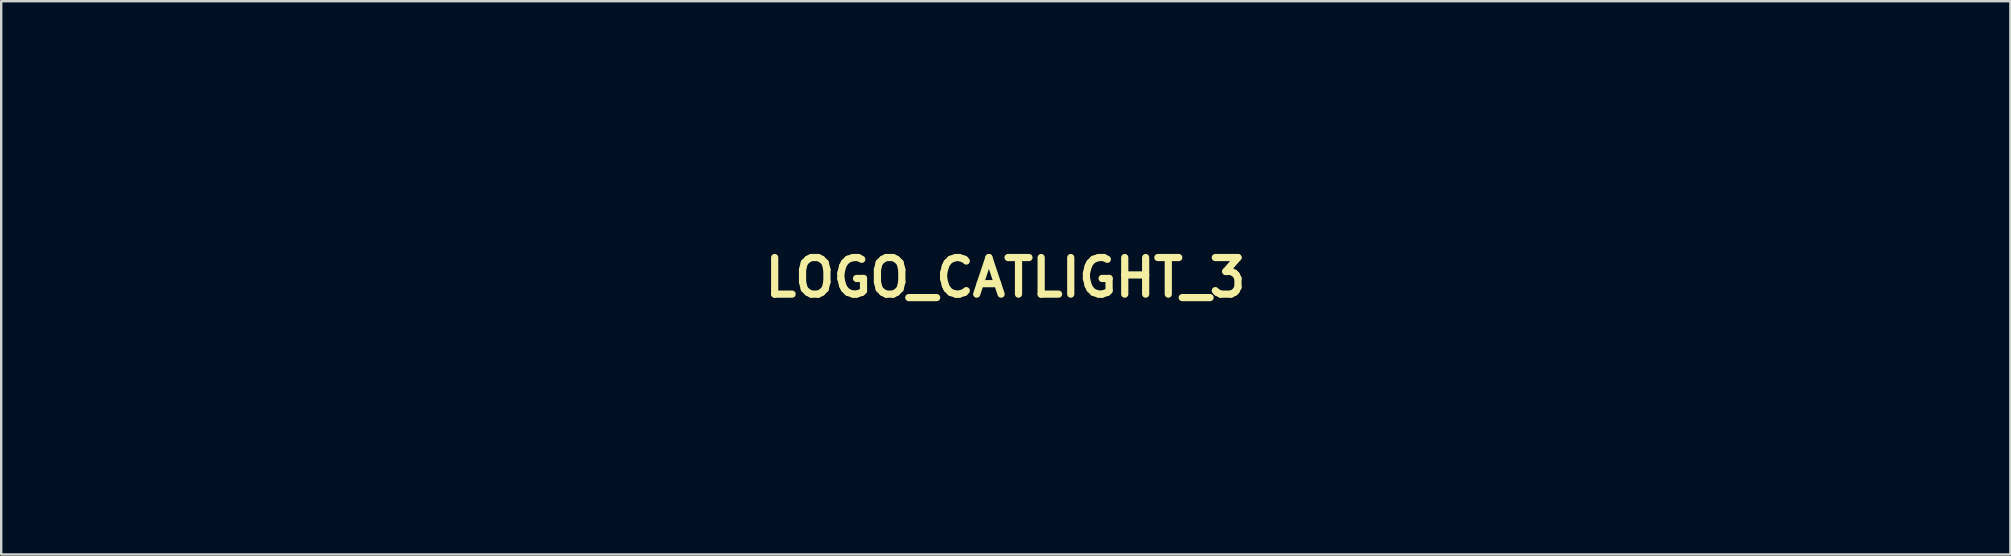
<source format=kicad_pcb>
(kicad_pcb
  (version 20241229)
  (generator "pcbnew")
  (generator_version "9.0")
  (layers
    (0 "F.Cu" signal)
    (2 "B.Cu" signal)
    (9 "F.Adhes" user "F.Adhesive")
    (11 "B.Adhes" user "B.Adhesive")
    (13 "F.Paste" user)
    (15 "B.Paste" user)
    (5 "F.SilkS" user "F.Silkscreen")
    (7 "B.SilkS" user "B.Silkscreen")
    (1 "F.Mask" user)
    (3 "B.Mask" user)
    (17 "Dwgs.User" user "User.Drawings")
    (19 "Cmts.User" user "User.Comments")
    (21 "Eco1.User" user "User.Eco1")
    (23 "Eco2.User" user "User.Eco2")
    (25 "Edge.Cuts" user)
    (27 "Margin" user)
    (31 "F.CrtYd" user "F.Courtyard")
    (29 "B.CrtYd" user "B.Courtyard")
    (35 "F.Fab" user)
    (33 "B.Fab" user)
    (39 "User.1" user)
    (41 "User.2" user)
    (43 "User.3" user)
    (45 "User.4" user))
  (footprint "LOGO_CATLIGHT_3"
    (layer "F.Cu")
    (at 38.845 8.516)
    (property "Reference" "LOGO_CATLIGHT_3" (at 0 0 0) (layer "F.SilkS") (effects (font (size 1.524 1.524) (thickness 0.3))))
    (attr board_only exclude_from_pos_files exclude_from_bom)
    (fp_poly (pts (xy 14.567 -0.741) (xy 14.653 -0.74) (xy 14.709 -0.737) (xy 14.743 -0.73) (xy 14.761 -0.72) (xy 14.77 -0.705) (xy 14.773 -0.694) (xy 14.776 -0.661) (xy 14.779 -0.592) (xy 14.782 -0.492) (xy 14.784 -0.366) (xy 14.785 -0.22) (xy 14.786 -0.059) (xy 14.786 0.011) (xy 14.786 0.175) (xy 14.785 0.328) (xy 14.783 0.463) (xy 14.78 0.575) (xy 14.778 0.658) (xy 14.775 0.706) (xy 14.773 0.715) (xy 14.767 0.733) (xy 14.755 0.746) (xy 14.73 0.755) (xy 14.687 0.76) (xy 14.618 0.762) (xy 14.516 0.763) (xy 14.445 0.763) (xy 14.13 0.763) (xy 14.13 -0.741) (xy 14.445 -0.741)) (stroke (width 0) (type solid)) (fill yes) (layer "F.Mask"))
    (fp_poly (pts (xy 15.293 -1.229) (xy 15.396 -1.227) (xy 15.491 -1.223) (xy 15.567 -1.216) (xy 15.617 -1.209) (xy 15.63 -1.203) (xy 15.636 -1.187) (xy 15.64 -1.148) (xy 15.645 -1.085) (xy 15.648 -0.994) (xy 15.651 -0.874) (xy 15.653 -0.722) (xy 15.654 -0.536) (xy 15.655 -0.312) (xy 15.655 -0.05) (xy 15.655 0.023) (xy 15.655 0.281) (xy 15.655 0.499) (xy 15.654 0.682) (xy 15.653 0.832) (xy 15.651 0.952) (xy 15.649 1.046) (xy 15.646 1.117) (xy 15.643 1.168) (xy 15.638 1.203) (xy 15.633 1.224) (xy 15.626 1.234) (xy 15.622 1.237) (xy 15.588 1.242) (xy 15.523 1.246) (xy 15.436 1.248) (xy 15.337 1.25) (xy 15.234 1.249) (xy 15.136 1.248) (xy 15.054 1.245) (xy 14.995 1.241) (xy 14.97 1.236) (xy 14.968 1.213) (xy 14.965 1.151) (xy 14.963 1.054) (xy 14.961 0.927) (xy 14.959 0.772) (xy 14.958 0.594) (xy 14.957 0.397) (xy 14.956 0.184) (xy 14.956 0.009) (xy 14.956 -0.25) (xy 14.957 -0.47) (xy 14.957 -0.653) (xy 14.958 -0.804) (xy 14.96 -0.926) (xy 14.962 -1.021) (xy 14.965 -1.093) (xy 14.969 -1.145) (xy 14.973 -1.18) (xy 14.978 -1.202) (xy 14.985 -1.213) (xy 14.99 -1.216) (xy 15.03 -1.223) (xy 15.101 -1.228) (xy 15.192 -1.23)) (stroke (width 0) (type solid)) (fill yes) (layer "F.Mask"))
    (fp_poly (pts (xy 22.27 -4.466) (xy 22.484 -4.465) (xy 22.52 -4.465) (xy 23.356 -4.459) (xy 23.377 -0.731) (xy 25.84 -0.725) (xy 28.302 -0.72) (xy 28.302 -1.004) (xy 28.303 -1.128) (xy 28.307 -1.216) (xy 28.314 -1.273) (xy 28.325 -1.304) (xy 28.331 -1.311) (xy 28.354 -1.318) (xy 28.405 -1.323) (xy 28.488 -1.327) (xy 28.604 -1.329) (xy 28.755 -1.331) (xy 28.945 -1.331) (xy 29.174 -1.33) (xy 29.194 -1.33) (xy 30.029 -1.324) (xy 30.029 1.43) (xy 29.194 1.435) (xy 28.958 1.437) (xy 28.763 1.436) (xy 28.606 1.435) (xy 28.486 1.432) (xy 28.401 1.429) (xy 28.35 1.423) (xy 28.332 1.418) (xy 28.317 1.388) (xy 28.307 1.325) (xy 28.3 1.224) (xy 28.298 1.158) (xy 28.292 0.922) (xy 23.377 0.922) (xy 23.356 4.756) (xy 22.516 4.761) (xy 22.304 4.763) (xy 22.13 4.763) (xy 21.991 4.763) (xy 21.882 4.762) (xy 21.801 4.76) (xy 21.743 4.757) (xy 21.703 4.752) (xy 21.68 4.747) (xy 21.667 4.739) (xy 21.663 4.733) (xy 21.662 4.708) (xy 21.66 4.643) (xy 21.659 4.541) (xy 21.658 4.403) (xy 21.657 4.233) (xy 21.656 4.032) (xy 21.655 3.803) (xy 21.654 3.548) (xy 21.653 3.27) (xy 21.652 2.971) (xy 21.652 2.653) (xy 21.651 2.319) (xy 21.651 1.971) (xy 21.651 1.611) (xy 21.651 1.242) (xy 21.651 0.867) (xy 21.651 0.487) (xy 21.651 0.104) (xy 21.651 -0.278) (xy 21.652 -0.657) (xy 21.652 -1.031) (xy 21.653 -1.398) (xy 21.653 -1.756) (xy 21.654 -2.101) (xy 21.655 -2.432) (xy 21.655 -2.746) (xy 21.656 -3.041) (xy 21.657 -3.314) (xy 21.658 -3.564) (xy 21.66 -3.787) (xy 21.661 -3.982) (xy 21.662 -4.145) (xy 21.664 -4.276) (xy 21.665 -4.371) (xy 21.667 -4.427) (xy 21.668 -4.444) (xy 21.681 -4.451) (xy 21.713 -4.456) (xy 21.767 -4.46) (xy 21.847 -4.464) (xy 21.955 -4.465) (xy 22.095 -4.466)) (stroke (width 0) (type solid)) (fill yes) (layer "F.Mask"))
    (fp_poly (pts (xy 4.212 -0.763) (xy 4.383 -0.762) (xy 4.545 -0.76) (xy 4.693 -0.758) (xy 4.821 -0.755) (xy 4.924 -0.751) (xy 4.998 -0.747) (xy 5.037 -0.742) (xy 5.042 -0.739) (xy 5.03 -0.711) (xy 5 -0.66) (xy 4.957 -0.595) (xy 4.951 -0.586) (xy 4.919 -0.54) (xy 4.866 -0.465) (xy 4.795 -0.363) (xy 4.709 -0.24) (xy 4.61 -0.1) (xy 4.503 0.053) (xy 4.39 0.214) (xy 4.332 0.297) (xy 4.216 0.462) (xy 4.104 0.622) (xy 3.997 0.773) (xy 3.9 0.909) (xy 3.816 1.027) (xy 3.748 1.121) (xy 3.7 1.188) (xy 3.685 1.208) (xy 3.638 1.27) (xy 3.572 1.361) (xy 3.492 1.472) (xy 3.403 1.596) (xy 3.31 1.726) (xy 3.254 1.806) (xy 3.168 1.925) (xy 3.091 2.033) (xy 3.024 2.123) (xy 2.972 2.191) (xy 2.938 2.234) (xy 2.925 2.246) (xy 2.906 2.228) (xy 2.885 2.187) (xy 2.873 2.154) (xy 2.85 2.085) (xy 2.818 1.986) (xy 2.777 1.862) (xy 2.731 1.719) (xy 2.679 1.56) (xy 2.638 1.43) (xy 2.582 1.257) (xy 2.528 1.091) (xy 2.478 0.935) (xy 2.434 0.798) (xy 2.397 0.685) (xy 2.37 0.601) (xy 2.359 0.566) (xy 2.335 0.485) (xy 2.32 0.418) (xy 2.316 0.376) (xy 2.317 0.37) (xy 2.326 0.36) (xy 2.349 0.353) (xy 2.39 0.347) (xy 2.454 0.343) (xy 2.545 0.341) (xy 2.669 0.339) (xy 2.829 0.339) (xy 2.87 0.339) (xy 3.036 0.339) (xy 3.164 0.338) (xy 3.259 0.336) (xy 3.326 0.333) (xy 3.371 0.329) (xy 3.396 0.322) (xy 3.408 0.314) (xy 3.411 0.303) (xy 3.404 0.273) (xy 3.387 0.209) (xy 3.359 0.117) (xy 3.324 0.003) (xy 3.283 -0.128) (xy 3.251 -0.227) (xy 3.207 -0.365) (xy 3.169 -0.489) (xy 3.138 -0.595) (xy 3.116 -0.676) (xy 3.105 -0.727) (xy 3.104 -0.742) (xy 3.127 -0.747) (xy 3.188 -0.752) (xy 3.28 -0.755) (xy 3.399 -0.759) (xy 3.539 -0.761) (xy 3.695 -0.762) (xy 3.863 -0.763) (xy 4.037 -0.764)) (stroke (width 0) (type solid)) (fill yes) (layer "F.Mask"))
    (fp_poly (pts (xy 17.163 -4.491) (xy 17.428 -4.49) (xy 17.659 -4.49) (xy 17.857 -4.489) (xy 18.025 -4.488) (xy 18.166 -4.487) (xy 18.281 -4.485) (xy 18.373 -4.483) (xy 18.445 -4.48) (xy 18.499 -4.477) (xy 18.538 -4.474) (xy 18.564 -4.469) (xy 18.579 -4.465) (xy 18.586 -4.459) (xy 18.587 -4.458) (xy 18.59 -4.429) (xy 18.593 -4.364) (xy 18.595 -4.266) (xy 18.597 -4.14) (xy 18.599 -3.992) (xy 18.6 -3.827) (xy 18.6 -3.653) (xy 18.6 -3.452) (xy 18.599 -3.289) (xy 18.598 -3.16) (xy 18.597 -3.061) (xy 18.594 -2.988) (xy 18.59 -2.936) (xy 18.585 -2.902) (xy 18.578 -2.88) (xy 18.57 -2.868) (xy 18.559 -2.861) (xy 18.559 -2.861) (xy 18.53 -2.856) (xy 18.459 -2.853) (xy 18.348 -2.849) (xy 18.194 -2.846) (xy 17.999 -2.844) (xy 17.762 -2.842) (xy 17.483 -2.84) (xy 17.162 -2.839) (xy 16.799 -2.839) (xy 16.467 -2.839) (xy 16.107 -2.839) (xy 15.788 -2.838) (xy 15.504 -2.838) (xy 15.255 -2.837) (xy 15.037 -2.835) (xy 14.848 -2.833) (xy 14.684 -2.831) (xy 14.543 -2.827) (xy 14.422 -2.823) (xy 14.318 -2.817) (xy 14.228 -2.81) (xy 14.151 -2.803) (xy 14.082 -2.793) (xy 14.019 -2.783) (xy 13.959 -2.771) (xy 13.9 -2.757) (xy 13.838 -2.741) (xy 13.835 -2.74) (xy 13.557 -2.653) (xy 13.308 -2.542) (xy 13.088 -2.405) (xy 12.895 -2.24) (xy 12.727 -2.047) (xy 12.584 -1.823) (xy 12.464 -1.567) (xy 12.365 -1.277) (xy 12.287 -0.952) (xy 12.251 -0.752) (xy 12.238 -0.638) (xy 12.227 -0.49) (xy 12.219 -0.315) (xy 12.213 -0.122) (xy 12.211 0.082) (xy 12.211 0.289) (xy 12.214 0.491) (xy 12.22 0.68) (xy 12.229 0.849) (xy 12.24 0.988) (xy 12.251 1.07) (xy 12.318 1.417) (xy 12.404 1.726) (xy 12.51 2.001) (xy 12.638 2.242) (xy 12.789 2.451) (xy 12.965 2.631) (xy 13.167 2.783) (xy 13.398 2.908) (xy 13.658 3.009) (xy 13.949 3.088) (xy 14.037 3.106) (xy 14.085 3.115) (xy 14.138 3.122) (xy 14.2 3.128) (xy 14.276 3.133) (xy 14.369 3.137) (xy 14.483 3.14) (xy 14.622 3.143) (xy 14.79 3.146) (xy 14.99 3.148) (xy 15.227 3.15) (xy 15.367 3.151) (xy 15.622 3.153) (xy 15.839 3.154) (xy 16.022 3.154) (xy 16.173 3.154) (xy 16.297 3.152) (xy 16.398 3.15) (xy 16.48 3.147) (xy 16.546 3.143) (xy 16.6 3.137) (xy 16.646 3.131) (xy 16.678 3.125) (xy 16.889 3.066) (xy 17.069 2.98) (xy 17.22 2.864) (xy 17.344 2.718) (xy 17.444 2.538) (xy 17.521 2.324) (xy 17.522 2.319) (xy 17.543 2.235) (xy 17.557 2.154) (xy 17.565 2.064) (xy 17.569 1.951) (xy 17.569 1.864) (xy 17.565 1.696) (xy 17.552 1.559) (xy 17.528 1.44) (xy 17.49 1.328) (xy 17.44 1.22) (xy 17.371 1.11) (xy 17.279 1.004) (xy 17.173 0.909) (xy 17.061 0.831) (xy 16.952 0.779) (xy 16.873 0.759) (xy 16.81 0.752) (xy 16.799 1.313) (xy 16.789 1.875) (xy 16.32 1.881) (xy 15.851 1.886) (xy 15.838 1.838) (xy 15.836 1.808) (xy 15.833 1.74) (xy 15.832 1.637) (xy 15.83 1.504) (xy 15.828 1.345) (xy 15.827 1.162) (xy 15.826 0.961) (xy 15.826 0.744) (xy 15.826 0.515) (xy 15.825 0.279) (xy 15.826 0.039) (xy 15.826 -0.201) (xy 15.827 -0.437) (xy 15.827 -0.666) (xy 15.828 -0.884) (xy 15.83 -1.086) (xy 15.831 -1.27) (xy 15.833 -1.431) (xy 15.835 -1.566) (xy 15.837 -1.67) (xy 15.839 -1.741) (xy 15.842 -1.773) (xy 15.842 -1.775) (xy 15.858 -1.784) (xy 15.895 -1.79) (xy 15.957 -1.795) (xy 16.05 -1.797) (xy 16.176 -1.797) (xy 16.324 -1.796) (xy 16.789 -1.79) (xy 16.794 -1.269) (xy 16.8 -0.748) (xy 17.062 -0.713) (xy 17.379 -0.656) (xy 17.664 -0.572) (xy 17.92 -0.461) (xy 18.149 -0.321) (xy 18.354 -0.149) (xy 18.539 0.054) (xy 18.654 0.213) (xy 18.788 0.45) (xy 18.897 0.715) (xy 18.982 1.004) (xy 19.041 1.31) (xy 19.076 1.628) (xy 19.085 1.953) (xy 19.069 2.277) (xy 19.027 2.597) (xy 18.96 2.906) (xy 18.867 3.199) (xy 18.748 3.47) (xy 18.727 3.51) (xy 18.568 3.762) (xy 18.376 3.993) (xy 18.153 4.2) (xy 17.906 4.38) (xy 17.638 4.53) (xy 17.354 4.645) (xy 17.138 4.705) (xy 17.054 4.724) (xy 16.977 4.74) (xy 16.904 4.754) (xy 16.828 4.765) (xy 16.748 4.774) (xy 16.656 4.781) (xy 16.551 4.786) (xy 16.426 4.79) (xy 16.278 4.793) (xy 16.102 4.795) (xy 15.894 4.797) (xy 15.649 4.798) (xy 15.56 4.798) (xy 15.342 4.799) (xy 15.135 4.8) (xy 14.943 4.8) (xy 14.769 4.8) (xy 14.619 4.799) (xy 14.497 4.798) (xy 14.406 4.797) (xy 14.352 4.796) (xy 14.342 4.796) (xy 13.913 4.749) (xy 13.518 4.679) (xy 13.152 4.584) (xy 12.812 4.463) (xy 12.497 4.316) (xy 12.202 4.14) (xy 11.924 3.935) (xy 11.884 3.902) (xy 11.638 3.672) (xy 11.418 3.413) (xy 11.223 3.125) (xy 11.052 2.807) (xy 10.906 2.458) (xy 10.784 2.076) (xy 10.685 1.661) (xy 10.608 1.21) (xy 10.599 1.143) (xy 10.585 1.005) (xy 10.574 0.833) (xy 10.566 0.635) (xy 10.561 0.419) (xy 10.559 0.194) (xy 10.56 -0.033) (xy 10.564 -0.252) (xy 10.571 -0.457) (xy 10.581 -0.638) (xy 10.594 -0.788) (xy 10.599 -0.826) (xy 10.668 -1.265) (xy 10.758 -1.669) (xy 10.869 -2.04) (xy 11.002 -2.38) (xy 11.159 -2.692) (xy 11.34 -2.978) (xy 11.547 -3.24) (xy 11.762 -3.464) (xy 12.047 -3.706) (xy 12.36 -3.916) (xy 12.699 -4.093) (xy 13.065 -4.239) (xy 13.456 -4.351) (xy 13.873 -4.431) (xy 14.215 -4.47) (xy 14.271 -4.473) (xy 14.366 -4.476) (xy 14.497 -4.478) (xy 14.66 -4.481) (xy 14.852 -4.483) (xy 15.07 -4.485) (xy 15.31 -4.487) (xy 15.569 -4.488) (xy 15.844 -4.49) (xy 16.131 -4.49) (xy 16.426 -4.491) (xy 16.516 -4.491) (xy 16.859 -4.491)) (stroke (width 0) (type solid)) (fill yes) (layer "F.Mask"))
    (fp_poly (pts (xy 38.873 -5.508) (xy 34.34 -5.508) (xy 34.34 -4.037) (xy 34.34 -3.791) (xy 34.339 -3.556) (xy 34.338 -3.337) (xy 34.337 -3.138) (xy 34.336 -2.96) (xy 34.334 -2.809) (xy 34.332 -2.687) (xy 34.33 -2.598) (xy 34.328 -2.546) (xy 34.327 -2.533) (xy 34.322 -2.528) (xy 34.31 -2.523) (xy 34.287 -2.519) (xy 34.253 -2.515) (xy 34.205 -2.512) (xy 34.139 -2.509) (xy 34.054 -2.507) (xy 33.948 -2.505) (xy 33.817 -2.503) (xy 33.66 -2.502) (xy 33.473 -2.501) (xy 33.256 -2.501) (xy 33.004 -2.5) (xy 32.717 -2.5) (xy 32.391 -2.5) (xy 32.188 -2.5) (xy 30.061 -2.5) (xy 30.05 -2.452) (xy 30.045 -2.411) (xy 30.04 -2.339) (xy 30.036 -2.249) (xy 30.034 -2.193) (xy 30.029 -1.981) (xy 29.183 -1.975) (xy 28.961 -1.974) (xy 28.779 -1.974) (xy 28.632 -1.974) (xy 28.518 -1.976) (xy 28.433 -1.979) (xy 28.374 -1.983) (xy 28.338 -1.988) (xy 28.321 -1.995) (xy 28.32 -1.996) (xy 28.317 -2.022) (xy 28.314 -2.086) (xy 28.311 -2.185) (xy 28.309 -2.314) (xy 28.306 -2.47) (xy 28.305 -2.65) (xy 28.304 -2.848) (xy 28.303 -3.061) (xy 28.303 -3.223) (xy 28.303 -3.485) (xy 28.303 -3.709) (xy 28.304 -3.896) (xy 28.305 -4.05) (xy 28.307 -4.173) (xy 28.31 -4.269) (xy 28.313 -4.341) (xy 28.317 -4.392) (xy 28.322 -4.425) (xy 28.328 -4.442) (xy 28.331 -4.446) (xy 28.354 -4.453) (xy 28.405 -4.458) (xy 28.488 -4.462) (xy 28.604 -4.465) (xy 28.755 -4.466) (xy 28.945 -4.466) (xy 29.174 -4.465) (xy 29.194 -4.465) (xy 30.029 -4.459) (xy 30.035 -4.16) (xy 30.039 -4.028) (xy 30.044 -3.934) (xy 30.053 -3.873) (xy 30.065 -3.841) (xy 30.069 -3.836) (xy 30.091 -3.83) (xy 30.145 -3.825) (xy 30.23 -3.822) (xy 30.35 -3.819) (xy 30.506 -3.818) (xy 30.699 -3.817) (xy 30.932 -3.817) (xy 31.101 -3.818) (xy 32.105 -3.824) (xy 32.11 -4.666) (xy 32.116 -5.508) (xy 6.885 -5.508) (xy 6.89 -3.935) (xy 6.895 -2.362) (xy 8.463 -2.341) (xy 8.463 -1.133) (xy 7.443 -1.123) (xy 7.239 -1.12) (xy 7.048 -1.118) (xy 6.874 -1.115) (xy 6.722 -1.112) (xy 6.596 -1.109) (xy 6.499 -1.106) (xy 6.435 -1.103) (xy 6.41 -1.1) (xy 6.41 -1.1) (xy 6.413 -1.091) (xy 6.426 -1.067) (xy 6.451 -1.026) (xy 6.488 -0.968) (xy 6.538 -0.891) (xy 6.602 -0.793) (xy 6.68 -0.674) (xy 6.775 -0.532) (xy 6.885 -0.365) (xy 7.014 -0.174) (xy 7.16 0.045) (xy 7.326 0.292) (xy 7.511 0.568) (xy 7.718 0.876) (xy 7.946 1.215) (xy 8.197 1.587) (xy 8.276 1.705) (xy 8.366 1.84) (xy 8.448 1.964) (xy 8.519 2.073) (xy 8.576 2.163) (xy 8.617 2.229) (xy 8.637 2.267) (xy 8.639 2.272) (xy 8.639 2.281) (xy 8.631 2.288) (xy 8.612 2.294) (xy 8.579 2.299) (xy 8.528 2.303) (xy 8.454 2.306) (xy 8.355 2.309) (xy 8.227 2.31) (xy 8.066 2.312) (xy 7.867 2.313) (xy 7.75 2.314) (xy 6.853 2.32) (xy 6.853 5.985) (xy 7.965 6) (xy 8.055 6.001) (xy 8.185 6.002) (xy 8.355 6.003) (xy 8.563 6.004) (xy 8.808 6.004) (xy 9.089 6.005) (xy 9.403 6.006) (xy 9.751 6.007) (xy 10.13 6.007) (xy 10.538 6.008) (xy 10.976 6.008) (xy 11.44 6.009) (xy 11.931 6.009) (xy 12.446 6.01) (xy 12.984 6.01) (xy 13.543 6.01) (xy 14.124 6.011) (xy 14.723 6.011) (xy 15.339 6.011) (xy 15.972 6.011) (xy 16.62 6.011) (xy 17.281 6.011) (xy 17.955 6.011) (xy 18.639 6.011) (xy 19.332 6.011) (xy 20.034 6.011) (xy 20.623 6.011) (xy 32.168 6.006) (xy 32.168 3.951) (xy 31.133 3.945) (xy 30.87 3.944) (xy 30.649 3.944) (xy 30.466 3.945) (xy 30.319 3.947) (xy 30.208 3.95) (xy 30.131 3.954) (xy 30.084 3.959) (xy 30.069 3.963) (xy 30.058 3.984) (xy 30.049 4.027) (xy 30.043 4.098) (xy 30.038 4.201) (xy 30.035 4.341) (xy 30.035 4.371) (xy 30.029 4.756) (xy 29.189 4.761) (xy 28.973 4.763) (xy 28.795 4.763) (xy 28.651 4.763) (xy 28.54 4.761) (xy 28.456 4.759) (xy 28.396 4.755) (xy 28.357 4.75) (xy 28.334 4.743) (xy 28.326 4.738) (xy 28.321 4.718) (xy 28.316 4.673) (xy 28.313 4.599) (xy 28.31 4.495) (xy 28.308 4.359) (xy 28.307 4.189) (xy 28.306 3.983) (xy 28.306 3.738) (xy 28.307 3.454) (xy 28.307 3.398) (xy 28.313 2.087) (xy 29.175 2.081) (xy 30.038 2.076) (xy 30.044 2.346) (xy 30.05 2.616) (xy 32.931 2.616) (xy 32.931 0.731) (xy 31.893 0.72) (xy 31.427 1.059) (xy 31.303 1.148) (xy 31.189 1.228) (xy 31.09 1.295) (xy 31.01 1.348) (xy 30.955 1.381) (xy 30.929 1.392) (xy 30.929 1.392) (xy 30.923 1.387) (xy 30.917 1.372) (xy 30.912 1.345) (xy 30.908 1.302) (xy 30.905 1.24) (xy 30.903 1.156) (xy 30.901 1.047) (xy 30.899 0.911) (xy 30.898 0.745) (xy 30.898 0.544) (xy 30.897 0.307) (xy 30.897 0.053) (xy 30.897 -0.221) (xy 30.898 -0.455) (xy 30.898 -0.652) (xy 30.899 -0.817) (xy 30.901 -0.951) (xy 30.903 -1.057) (xy 30.905 -1.139) (xy 30.909 -1.2) (xy 30.913 -1.242) (xy 30.917 -1.268) (xy 30.923 -1.282) (xy 30.929 -1.287) (xy 30.954 -1.276) (xy 31.009 -1.244) (xy 31.087 -1.193) (xy 31.185 -1.127) (xy 31.297 -1.048) (xy 31.401 -0.974) (xy 31.841 -0.655) (xy 33.045 -0.656) (xy 34.248 -0.658) (xy 34.261 3.889) (xy 34.262 4.325) (xy 34.263 4.75) (xy 34.264 5.162) (xy 34.264 5.559) (xy 34.265 5.939) (xy 34.266 6.301) (xy 34.266 6.641) (xy 34.266 6.958) (xy 34.266 7.251) (xy 34.266 7.517) (xy 34.266 7.754) (xy 34.265 7.961) (xy 34.265 8.135) (xy 34.264 8.274) (xy 34.264 8.377) (xy 34.263 8.442) (xy 34.262 8.466) (xy 34.262 8.466) (xy 34.257 8.468) (xy 34.242 8.469) (xy 34.218 8.471) (xy 34.182 8.473) (xy 34.134 8.474) (xy 34.074 8.476) (xy 34 8.477) (xy 33.912 8.478) (xy 33.809 8.48) (xy 33.689 8.481) (xy 33.553 8.482) (xy 33.399 8.483) (xy 33.226 8.484) (xy 33.034 8.485) (xy 32.822 8.486) (xy 32.588 8.486) (xy 32.333 8.487) (xy 32.055 8.488) (xy 31.753 8.488) (xy 31.426 8.489) (xy 31.075 8.489) (xy 30.697 8.49) (xy 30.292 8.49) (xy 29.859 8.491) (xy 29.398 8.491) (xy 28.907 8.491) (xy 28.385 8.491) (xy 27.833 8.491) (xy 27.248 8.491) (xy 26.631 8.491) (xy 25.98 8.491) (xy 25.294 8.491) (xy 24.572 8.491) (xy 23.815 8.491) (xy 23.02 8.491) (xy 22.188 8.491) (xy 21.317 8.49) (xy 20.406 8.49) (xy 19.454 8.49) (xy 18.461 8.489) (xy 18.2 8.489) (xy 17.209 8.489) (xy 16.258 8.488) (xy 15.349 8.488) (xy 14.479 8.488) (xy 13.648 8.487) (xy 12.854 8.487) (xy 12.098 8.487) (xy 11.378 8.486) (xy 10.693 8.486) (xy 10.042 8.485) (xy 9.424 8.485) (xy 8.839 8.485) (xy 8.286 8.484) (xy 7.763 8.484) (xy 7.27 8.483) (xy 6.806 8.483) (xy 6.37 8.482) (xy 5.961 8.481) (xy 5.578 8.481) (xy 5.22 8.48) (xy 4.887 8.479) (xy 4.577 8.479) (xy 4.29 8.478) (xy 4.024 8.477) (xy 3.78 8.476) (xy 3.555 8.475) (xy 3.349 8.474) (xy 3.161 8.473) (xy 2.99 8.472) (xy 2.836 8.471) (xy 2.696 8.47) (xy 2.572 8.469) (xy 2.461 8.467) (xy 2.362 8.466) (xy 2.276 8.465) (xy 2.2 8.463) (xy 2.134 8.461) (xy 2.077 8.46) (xy 2.029 8.458) (xy 1.988 8.456) (xy 1.953 8.454) (xy 1.923 8.452) (xy 1.898 8.45) (xy 1.877 8.448) (xy 1.864 8.446) (xy 1.472 8.389) (xy 1.116 8.321) (xy 0.789 8.242) (xy 0.486 8.148) (xy 0.202 8.039) (xy -0.071 7.912) (xy -0.337 7.765) (xy -0.426 7.711) (xy -0.764 7.477) (xy -1.07 7.215) (xy -1.345 6.925) (xy -1.588 6.609) (xy -1.798 6.267) (xy -1.974 5.9) (xy -2.116 5.509) (xy -2.223 5.095) (xy -2.234 5.042) (xy -2.247 4.975) (xy -2.26 4.913) (xy -2.272 4.856) (xy -2.282 4.802) (xy -2.292 4.748) (xy -2.301 4.693) (xy -2.309 4.636) (xy -2.316 4.573) (xy -2.323 4.505) (xy -2.329 4.428) (xy -2.334 4.342) (xy -2.339 4.244) (xy -2.343 4.133) (xy -2.347 4.006) (xy -2.35 3.863) (xy -2.353 3.701) (xy -2.355 3.519) (xy -2.357 3.315) (xy -2.359 3.087) (xy -2.36 2.833) (xy -2.361 2.552) (xy -2.362 2.241) (xy -2.363 1.9) (xy -2.364 1.526) (xy -2.364 1.351) (xy 0.108 1.351) (xy 0.108 1.704) (xy 0.108 2.025) (xy 0.109 2.316) (xy 0.11 2.579) (xy 0.111 2.815) (xy 0.113 3.026) (xy 0.115 3.214) (xy 0.117 3.381) (xy 0.12 3.528) (xy 0.124 3.657) (xy 0.128 3.77) (xy 0.132 3.869) (xy 0.137 3.956) (xy 0.143 4.031) (xy 0.15 4.097) (xy 0.157 4.156) (xy 0.164 4.21) (xy 0.173 4.259) (xy 0.182 4.307) (xy 0.192 4.354) (xy 0.2 4.39) (xy 0.282 4.664) (xy 0.398 4.913) (xy 0.549 5.138) (xy 0.732 5.337) (xy 0.95 5.511) (xy 1.2 5.66) (xy 1.483 5.782) (xy 1.799 5.879) (xy 2.147 5.95) (xy 2.527 5.995) (xy 2.637 6.003) (xy 2.678 6.004) (xy 2.756 6.005) (xy 2.869 6.006) (xy 3.011 6.006) (xy 3.18 6.007) (xy 3.371 6.007) (xy 3.579 6.007) (xy 3.801 6.007) (xy 4.004 6.007) (xy 5.264 6.006) (xy 5.264 2.32) (xy 4.39 2.314) (xy 4.156 2.312) (xy 3.956 2.309) (xy 3.792 2.306) (xy 3.664 2.302) (xy 3.575 2.297) (xy 3.526 2.292) (xy 3.517 2.288) (xy 3.528 2.266) (xy 3.561 2.213) (xy 3.611 2.134) (xy 3.677 2.032) (xy 3.756 1.913) (xy 3.845 1.78) (xy 3.906 1.689) (xy 4.152 1.325) (xy 4.375 0.993) (xy 4.577 0.694) (xy 4.758 0.425) (xy 4.92 0.185) (xy 5.064 -0.029) (xy 5.19 -0.217) (xy 5.3 -0.381) (xy 5.395 -0.524) (xy 5.477 -0.645) (xy 5.545 -0.748) (xy 5.601 -0.834) (xy 5.647 -0.904) (xy 5.683 -0.96) (xy 5.71 -1.003) (xy 5.73 -1.036) (xy 5.743 -1.06) (xy 5.751 -1.076) (xy 5.755 -1.086) (xy 5.755 -1.093) (xy 5.754 -1.096) (xy 5.753 -1.096) (xy 5.729 -1.1) (xy 5.668 -1.103) (xy 5.572 -1.107) (xy 5.446 -1.111) (xy 5.296 -1.114) (xy 5.124 -1.118) (xy 4.935 -1.121) (xy 4.749 -1.123) (xy 3.76 -1.133) (xy 3.76 -2.341) (xy 4.533 -2.352) (xy 4.71 -2.355) (xy 4.873 -2.358) (xy 5.017 -2.36) (xy 5.137 -2.363) (xy 5.23 -2.365) (xy 5.29 -2.367) (xy 5.312 -2.368) (xy 5.312 -2.368) (xy 5.313 -2.389) (xy 5.314 -2.45) (xy 5.314 -2.546) (xy 5.315 -2.675) (xy 5.316 -2.832) (xy 5.316 -3.016) (xy 5.317 -3.222) (xy 5.317 -3.447) (xy 5.317 -3.689) (xy 5.317 -3.94) (xy 5.317 -5.508) (xy 2.717 -5.503) (xy 0.117 -5.497) (xy 0.11 -0.953) (xy 0.109 -0.415) (xy 0.109 0.083) (xy 0.108 0.542) (xy 0.108 0.964) (xy 0.108 1.351) (xy -2.364 1.351) (xy -2.364 1.118) (xy -2.365 0.673) (xy -2.366 0.191) (xy -2.366 -0.331) (xy -2.367 -0.62) (xy -2.374 -5.508) (xy -9.438 -5.497) (xy -9.443 1.52) (xy -9.448 8.537) (xy -13.128 8.537) (xy -13.325 8.034) (xy -13.431 7.766) (xy -13.53 7.514) (xy -13.626 7.271) (xy -13.72 7.032) (xy -13.815 6.791) (xy -13.914 6.541) (xy -14.019 6.277) (xy -14.132 5.992) (xy -14.256 5.68) (xy -14.393 5.334) (xy -14.4 5.317) (xy -14.884 4.099) (xy -16.586 4.088) (xy -16.592 4.39) (xy -16.598 4.692) (xy -21.28 4.692) (xy -21.29 4.417) (xy -21.295 4.312) (xy -21.302 4.22) (xy -21.31 4.153) (xy -21.317 4.117) (xy -21.318 4.115) (xy -21.332 4.108) (xy -21.368 4.102) (xy -21.427 4.097) (xy -21.513 4.093) (xy -21.631 4.091) (xy -21.782 4.089) (xy -21.97 4.089) (xy -22.086 4.089) (xy -22.837 4.089) (xy -22.88 4.179) (xy -22.894 4.212) (xy -22.924 4.282) (xy -22.967 4.384) (xy -23.022 4.516) (xy -23.088 4.674) (xy -23.163 4.855) (xy -23.247 5.056) (xy -23.337 5.274) (xy -23.433 5.505) (xy -23.532 5.746) (xy -23.548 5.783) (xy -23.655 6.043) (xy -23.764 6.306) (xy -23.872 6.567) (xy -23.977 6.822) (xy -24.078 7.065) (xy -24.172 7.293) (xy -24.257 7.499) (xy -24.331 7.679) (xy -24.393 7.829) (xy -24.43 7.918) (xy -24.686 8.537) (xy -26.235 8.533) (xy -26.5 8.532) (xy -26.8 8.531) (xy -27.13 8.53) (xy -27.482 8.528) (xy -27.849 8.526) (xy -28.226 8.524) (xy -28.606 8.522) (xy -28.981 8.52) (xy -29.345 8.518) (xy -29.692 8.515) (xy -29.838 8.514) (xy -30.196 8.512) (xy -30.514 8.509) (xy -30.796 8.506) (xy -31.046 8.504) (xy -31.266 8.501) (xy -31.46 8.497) (xy -31.631 8.493) (xy -31.782 8.489) (xy -31.917 8.484) (xy -32.038 8.478) (xy -32.149 8.472) (xy -32.254 8.464) (xy -32.354 8.456) (xy -32.455 8.446) (xy -32.558 8.435) (xy -32.581 8.433) (xy -33.151 8.352) (xy -33.695 8.239) (xy -34.216 8.091) (xy -34.715 7.909) (xy -35.195 7.693) (xy -35.242 7.669) (xy -35.683 7.423) (xy -36.094 7.148) (xy -36.476 6.843) (xy -36.828 6.508) (xy -37.151 6.143) (xy -37.445 5.746) (xy -37.712 5.318) (xy -37.951 4.858) (xy -38.069 4.597) (xy -38.209 4.247) (xy -38.334 3.891) (xy -38.444 3.522) (xy -38.54 3.137) (xy -38.625 2.729) (xy -38.698 2.293) (xy -38.761 1.825) (xy -38.804 1.441) (xy -38.815 1.3) (xy -38.825 1.123) (xy -38.832 0.917) (xy -38.838 0.688) (xy -38.842 0.441) (xy -38.844 0.184) (xy -38.845 -0.078) (xy -38.844 -0.258) (xy -35.911 -0.258) (xy -35.91 0.285) (xy -35.905 0.492) (xy -35.878 1.004) (xy -35.834 1.481) (xy -35.771 1.924) (xy -35.689 2.337) (xy -35.588 2.723) (xy -35.466 3.085) (xy -35.323 3.425) (xy -35.304 3.467) (xy -35.143 3.774) (xy -34.969 4.046) (xy -34.779 4.287) (xy -34.567 4.502) (xy -34.33 4.697) (xy -34.229 4.768) (xy -34.101 4.85) (xy -33.947 4.938) (xy -33.781 5.024) (xy -33.618 5.103) (xy -33.472 5.165) (xy -33.471 5.165) (xy -33.304 5.223) (xy -33.108 5.28) (xy -32.893 5.334) (xy -32.666 5.383) (xy -32.438 5.425) (xy -32.215 5.46) (xy -32.007 5.485) (xy -31.822 5.499) (xy -31.681 5.5) (xy -31.596 5.497) (xy -31.584 5.137) (xy -31.577 4.996) (xy -31.567 4.859) (xy -31.554 4.739) (xy -31.541 4.645) (xy -31.536 4.619) (xy -31.471 4.407) (xy -31.375 4.213) (xy -31.251 4.045) (xy -31.239 4.032) (xy -31.186 3.971) (xy -31.149 3.923) (xy -31.134 3.895) (xy -31.135 3.891) (xy -31.164 3.883) (xy -31.22 3.872) (xy -31.257 3.866) (xy -31.602 3.808) (xy -31.931 3.729) (xy -32.237 3.632) (xy -32.513 3.52) (xy -32.568 3.493) (xy -32.839 3.336) (xy -33.084 3.147) (xy -33.3 2.929) (xy -33.485 2.683) (xy -33.637 2.413) (xy -33.755 2.119) (xy -33.78 2.037) (xy -33.841 1.792) (xy -33.887 1.53) (xy -33.919 1.261) (xy -33.936 0.994) (xy -33.936 0.74) (xy -33.919 0.51) (xy -33.907 0.424) (xy -33.836 0.116) (xy -33.732 -0.171) (xy -33.595 -0.432) (xy -33.461 -0.625) (xy -33.407 -0.695) (xy -33.363 -0.754) (xy -33.335 -0.793) (xy -33.331 -0.801) (xy -33.33 -0.834) (xy -33.341 -0.894) (xy -33.361 -0.97) (xy -33.365 -0.981) (xy -33.39 -1.09) (xy -33.41 -1.229) (xy -33.422 -1.384) (xy -33.428 -1.544) (xy -33.425 -1.696) (xy -33.414 -1.827) (xy -33.41 -1.856) (xy -33.39 -1.953) (xy -33.364 -2.061) (xy -33.333 -2.169) (xy -33.301 -2.27) (xy -33.27 -2.355) (xy -33.243 -2.414) (xy -33.228 -2.436) (xy -33.184 -2.452) (xy -33.109 -2.459) (xy -33.013 -2.458) (xy -32.905 -2.448) (xy -32.796 -2.431) (xy -32.727 -2.416) (xy -32.535 -2.355) (xy -32.323 -2.268) (xy -32.099 -2.161) (xy -31.872 -2.037) (xy -31.707 -1.935) (xy -31.621 -1.883) (xy -31.554 -1.855) (xy -31.49 -1.847) (xy -31.413 -1.857) (xy -31.338 -1.875) (xy -31.161 -1.915) (xy -30.954 -1.951) (xy -30.729 -1.982) (xy -30.496 -2.007) (xy -30.267 -2.025) (xy -30.056 -2.033) (xy -29.997 -2.033) (xy -29.705 -2.024) (xy -29.39 -1.997) (xy -29.069 -1.955) (xy -28.758 -1.899) (xy -28.645 -1.874) (xy -28.553 -1.854) (xy -28.486 -1.847) (xy -28.431 -1.856) (xy -28.371 -1.883) (xy -28.294 -1.93) (xy -28.284 -1.937) (xy -28.085 -2.057) (xy -27.882 -2.166) (xy -27.68 -2.261) (xy -27.485 -2.341) (xy -27.303 -2.403) (xy -27.137 -2.446) (xy -26.994 -2.468) (xy -26.879 -2.467) (xy -26.866 -2.465) (xy -26.815 -2.452) (xy -26.775 -2.429) (xy -26.741 -2.391) (xy -26.711 -2.332) (xy -26.681 -2.245) (xy -26.646 -2.124) (xy -26.636 -2.084) (xy -26.613 -1.993) (xy -26.597 -1.911) (xy -26.587 -1.827) (xy -26.581 -1.728) (xy -26.579 -1.604) (xy -26.578 -1.546) (xy -26.578 -1.409) (xy -26.581 -1.302) (xy -26.588 -1.215) (xy -26.6 -1.135) (xy -26.618 -1.051) (xy -26.626 -1.015) (xy -26.677 -0.813) (xy -26.537 -0.629) (xy -26.376 -0.389) (xy -26.249 -0.136) (xy -26.155 0.134) (xy -26.094 0.424) (xy -26.065 0.736) (xy -26.067 1.075) (xy -26.074 1.193) (xy -26.116 1.562) (xy -26.183 1.898) (xy -26.275 2.203) (xy -26.393 2.48) (xy -26.532 2.719) (xy -26.629 2.848) (xy -26.751 2.987) (xy -26.886 3.122) (xy -27.022 3.241) (xy -27.026 3.244) (xy -27.213 3.373) (xy -27.435 3.493) (xy -27.687 3.602) (xy -27.962 3.697) (xy -28.255 3.777) (xy -28.56 3.84) (xy -28.737 3.867) (xy -28.801 3.877) (xy -28.848 3.887) (xy -28.86 3.892) (xy -28.856 3.911) (xy -28.827 3.951) (xy -28.782 4.001) (xy -28.666 4.143) (xy -28.565 4.31) (xy -28.49 4.486) (xy -28.488 4.491) (xy -28.472 4.546) (xy -28.46 4.605) (xy -28.45 4.676) (xy -28.443 4.765) (xy -28.437 4.88) (xy -28.432 5.028) (xy -28.431 5.063) (xy -28.419 5.497) (xy -27.495 5.503) (xy -27.262 5.504) (xy -27.069 5.504) (xy -26.911 5.504) (xy -26.787 5.502) (xy -26.692 5.5) (xy -26.624 5.496) (xy -26.579 5.492) (xy -26.555 5.486) (xy -26.549 5.482) (xy -26.536 5.456) (xy -26.509 5.396) (xy -26.47 5.307) (xy -26.421 5.194) (xy -26.365 5.06) (xy -26.303 4.913) (xy -26.269 4.83) (xy -26.216 4.702) (xy -26.148 4.54) (xy -26.069 4.349) (xy -25.98 4.135) (xy -25.883 3.901) (xy -25.781 3.655) (xy -25.75 3.58) (xy -22.614 3.58) (xy -22.589 3.587) (xy -22.524 3.592) (xy -22.422 3.596) (xy -22.285 3.599) (xy -22.116 3.601) (xy -21.979 3.601) (xy -21.797 3.601) (xy -21.653 3.6) (xy -21.542 3.598) (xy -21.459 3.595) (xy -21.401 3.591) (xy -21.362 3.585) (xy -21.337 3.577) (xy -21.324 3.568) (xy -21.309 3.546) (xy -21.3 3.508) (xy -21.294 3.447) (xy -21.291 3.357) (xy -21.29 3.261) (xy -21.29 2.987) (xy -18.944 2.992) (xy -16.598 2.998) (xy -16.586 3.58) (xy -15.845 3.58) (xy -15.664 3.58) (xy -15.502 3.578) (xy -15.361 3.576) (xy -15.247 3.573) (xy -15.163 3.569) (xy -15.115 3.565) (xy -15.104 3.561) (xy -15.112 3.539) (xy -15.135 3.477) (xy -15.173 3.378) (xy -15.226 3.243) (xy -15.294 3.071) (xy -15.375 2.864) (xy -15.47 2.623) (xy -15.578 2.348) (xy -15.699 2.04) (xy -15.833 1.701) (xy -15.98 1.331) (xy -16.138 0.93) (xy -16.309 0.5) (xy -16.49 0.042) (xy -16.683 -0.444) (xy -16.788 -0.71) (xy -16.86 -0.889) (xy -16.933 -1.074) (xy -17.004 -1.255) (xy -17.072 -1.424) (xy -17.131 -1.574) (xy -17.179 -1.697) (xy -17.195 -1.737) (xy -17.348 -2.124) (xy -17.487 -2.473) (xy -17.61 -2.785) (xy -17.719 -3.059) (xy -17.814 -3.295) (xy -17.893 -3.493) (xy -17.957 -3.653) (xy -18.006 -3.773) (xy -18.04 -3.855) (xy -18.059 -3.897) (xy -18.061 -3.9) (xy -18.133 -4.006) (xy -18.233 -4.108) (xy -18.348 -4.193) (xy -18.415 -4.229) (xy -18.476 -4.256) (xy -18.53 -4.273) (xy -18.588 -4.284) (xy -18.661 -4.288) (xy -18.762 -4.29) (xy -18.79 -4.29) (xy -18.9 -4.289) (xy -18.979 -4.285) (xy -19.039 -4.276) (xy -19.092 -4.26) (xy -19.148 -4.236) (xy -19.155 -4.233) (xy -19.282 -4.157) (xy -19.401 -4.057) (xy -19.498 -3.944) (xy -19.537 -3.883) (xy -19.552 -3.85) (xy -19.582 -3.781) (xy -19.626 -3.678) (xy -19.683 -3.544) (xy -19.752 -3.38) (xy -19.832 -3.189) (xy -19.922 -2.975) (xy -20.02 -2.739) (xy -20.127 -2.484) (xy -20.239 -2.212) (xy -20.358 -1.926) (xy -20.481 -1.629) (xy -20.577 -1.398) (xy -20.714 -1.065) (xy -20.856 -0.722) (xy -21 -0.373) (xy -21.144 -0.024) (xy -21.287 0.321) (xy -21.427 0.659) (xy -21.561 0.984) (xy -21.689 1.292) (xy -21.807 1.579) (xy -21.916 1.84) (xy -22.011 2.071) (xy -22.092 2.268) (xy -22.094 2.272) (xy -22.185 2.493) (xy -22.271 2.703) (xy -22.351 2.898) (xy -22.422 3.075) (xy -22.484 3.231) (xy -22.536 3.362) (xy -22.575 3.465) (xy -22.602 3.538) (xy -22.614 3.576) (xy -22.614 3.58) (xy -25.75 3.58) (xy -25.675 3.4) (xy -25.568 3.142) (xy -25.462 2.885) (xy -25.416 2.775) (xy -25.305 2.507) (xy -25.181 2.207) (xy -25.047 1.884) (xy -24.906 1.543) (xy -24.761 1.195) (xy -24.616 0.844) (xy -24.473 0.501) (xy -24.336 0.171) (xy -24.209 -0.137) (xy -24.156 -0.265) (xy -24.052 -0.515) (xy -23.952 -0.757) (xy -23.857 -0.986) (xy -23.768 -1.2) (xy -23.687 -1.395) (xy -23.616 -1.568) (xy -23.554 -1.716) (xy -23.504 -1.836) (xy -23.468 -1.925) (xy -23.445 -1.979) (xy -23.44 -1.991) (xy -23.418 -2.045) (xy -23.382 -2.133) (xy -23.333 -2.252) (xy -23.273 -2.397) (xy -23.204 -2.563) (xy -23.127 -2.748) (xy -23.046 -2.945) (xy -22.96 -3.151) (xy -22.873 -3.362) (xy -22.786 -3.572) (xy -22.7 -3.779) (xy -22.618 -3.977) (xy -22.542 -4.162) (xy -22.472 -4.33) (xy -22.411 -4.476) (xy -22.394 -4.518) (xy -22.328 -4.675) (xy -22.262 -4.832) (xy -22.2 -4.979) (xy -22.144 -5.109) (xy -22.097 -5.215) (xy -22.063 -5.289) (xy -22.025 -5.373) (xy -21.995 -5.441) (xy -21.977 -5.485) (xy -21.975 -5.491) (xy -15.578 -5.491) (xy -15.575 -5.465) (xy -15.557 -5.413) (xy -15.53 -5.348) (xy -15.515 -5.316) (xy -15.496 -5.271) (xy -15.471 -5.211) (xy -15.439 -5.136) (xy -15.402 -5.044) (xy -15.357 -4.934) (xy -15.305 -4.806) (xy -15.245 -4.657) (xy -15.176 -4.488) (xy -15.099 -4.295) (xy -15.012 -4.08) (xy -14.916 -3.839) (xy -14.809 -3.573) (xy -14.692 -3.28) (xy -14.564 -2.959) (xy -14.424 -2.609) (xy -14.272 -2.228) (xy -14.107 -1.815) (xy -13.93 -1.37) (xy -13.739 -0.891) (xy -13.534 -0.377) (xy -13.315 0.173) (xy -13.081 0.761) (xy -12.886 1.25) (xy -12.805 1.454) (xy -12.728 1.646) (xy -12.657 1.823) (xy -12.594 1.981) (xy -12.539 2.117) (xy -12.495 2.226) (xy -12.462 2.306) (xy -12.443 2.352) (xy -12.438 2.362) (xy -12.437 2.344) (xy -12.435 2.286) (xy -12.433 2.191) (xy -12.431 2.061) (xy -12.43 1.899) (xy -12.428 1.707) (xy -12.426 1.488) (xy -12.425 1.244) (xy -12.423 0.978) (xy -12.422 0.693) (xy -12.421 0.39) (xy -12.419 0.073) (xy -12.418 -0.256) (xy -12.417 -0.595) (xy -12.416 -0.94) (xy -12.415 -1.29) (xy -12.414 -1.642) (xy -12.413 -1.993) (xy -12.413 -2.342) (xy -12.412 -2.684) (xy -12.412 -3.018) (xy -12.412 -3.342) (xy -12.411 -3.652) (xy -12.412 -3.946) (xy -12.412 -4.222) (xy -12.412 -4.478) (xy -12.413 -4.709) (xy -12.413 -4.915) (xy -12.414 -5.093) (xy -12.415 -5.239) (xy -12.416 -5.352) (xy -12.418 -5.429) (xy -12.419 -5.467) (xy -12.42 -5.471) (xy -12.425 -5.478) (xy -12.436 -5.484) (xy -12.454 -5.489) (xy -12.484 -5.493) (xy -12.527 -5.497) (xy -12.588 -5.5) (xy -12.668 -5.502) (xy -12.77 -5.504) (xy -12.898 -5.506) (xy -13.054 -5.507) (xy -13.241 -5.507) (xy -13.462 -5.508) (xy -13.72 -5.508) (xy -14.002 -5.508) (xy -14.256 -5.508) (xy -14.497 -5.507) (xy -14.723 -5.506) (xy -14.929 -5.505) (xy -15.113 -5.503) (xy -15.271 -5.501) (xy -15.4 -5.499) (xy -15.496 -5.497) (xy -15.557 -5.494) (xy -15.578 -5.491) (xy -21.975 -5.491) (xy -21.973 -5.498) (xy -21.995 -5.498) (xy -22.057 -5.499) (xy -22.157 -5.5) (xy -22.294 -5.5) (xy -22.466 -5.501) (xy -22.671 -5.502) (xy -22.907 -5.503) (xy -23.172 -5.504) (xy -23.465 -5.505) (xy -23.783 -5.506) (xy -24.124 -5.508) (xy -24.488 -5.509) (xy -24.871 -5.51) (xy -25.271 -5.511) (xy -25.688 -5.513) (xy -26.119 -5.514) (xy -26.562 -5.515) (xy -26.798 -5.516) (xy -27.431 -5.518) (xy -28.022 -5.519) (xy -28.572 -5.52) (xy -29.08 -5.521) (xy -29.547 -5.521) (xy -29.971 -5.521) (xy -30.354 -5.521) (xy -30.695 -5.52) (xy -30.994 -5.519) (xy -31.251 -5.518) (xy -31.465 -5.517) (xy -31.638 -5.515) (xy -31.768 -5.512) (xy -31.856 -5.51) (xy -31.893 -5.508) (xy -32.358 -5.456) (xy -32.792 -5.377) (xy -33.195 -5.269) (xy -33.568 -5.132) (xy -33.911 -4.966) (xy -34.224 -4.771) (xy -34.509 -4.547) (xy -34.766 -4.292) (xy -34.995 -4.007) (xy -35.197 -3.692) (xy -35.236 -3.623) (xy -35.384 -3.316) (xy -35.514 -2.973) (xy -35.626 -2.595) (xy -35.721 -2.184) (xy -35.797 -1.743) (xy -35.854 -1.274) (xy -35.892 -0.778) (xy -35.911 -0.258) (xy -38.844 -0.258) (xy -38.843 -0.338) (xy -38.84 -0.59) (xy -38.835 -0.827) (xy -38.828 -1.044) (xy -38.819 -1.233) (xy -38.809 -1.388) (xy -38.804 -1.441) (xy -38.773 -1.732) (xy -38.743 -1.992) (xy -38.714 -2.218) (xy -38.686 -2.407) (xy -38.661 -2.553) (xy -38.564 -3.02) (xy -38.46 -3.449) (xy -38.347 -3.848) (xy -38.223 -4.219) (xy -38.087 -4.569) (xy -37.936 -4.902) (xy -37.769 -5.223) (xy -37.657 -5.419) (xy -37.469 -5.717) (xy -37.275 -5.989) (xy -37.064 -6.246) (xy -36.83 -6.5) (xy -36.658 -6.67) (xy -36.286 -7) (xy -35.888 -7.296) (xy -35.465 -7.561) (xy -35.016 -7.793) (xy -34.539 -7.993) (xy -34.035 -8.162) (xy -33.503 -8.3) (xy -33.27 -8.349) (xy -33.17 -8.368) (xy -33.073 -8.385) (xy -32.973 -8.4) (xy -32.863 -8.416) (xy -32.733 -8.433) (xy -32.577 -8.451) (xy -32.387 -8.473) (xy -32.372 -8.475) (xy -32.356 -8.476) (xy -32.339 -8.478) (xy -32.322 -8.48) (xy -32.302 -8.481) (xy -32.281 -8.483) (xy -32.256 -8.484) (xy -32.227 -8.486) (xy -32.194 -8.487) (xy -32.157 -8.488) (xy -32.113 -8.49) (xy -32.064 -8.491) (xy -32.008 -8.492) (xy -31.945 -8.493) (xy -31.874 -8.495) (xy -31.795 -8.496) (xy -31.706 -8.497) (xy -31.608 -8.498) (xy -31.499 -8.499) (xy -31.379 -8.5) (xy -31.248 -8.501) (xy -31.105 -8.502) (xy -30.949 -8.502) (xy -30.78 -8.503) (xy -30.597 -8.504) (xy -30.4 -8.505) (xy -30.187 -8.506) (xy -29.958 -8.506) (xy -29.713 -8.507) (xy -29.452 -8.508) (xy -29.172 -8.508) (xy -28.875 -8.509) (xy -28.559 -8.509) (xy -28.223 -8.51) (xy -27.867 -8.51) (xy -27.491 -8.511) (xy -27.094 -8.511) (xy -26.675 -8.512) (xy -26.233 -8.512) (xy -25.769 -8.512) (xy -25.281 -8.513) (xy -24.769 -8.513) (xy -24.232 -8.513) (xy -23.669 -8.514) (xy -23.081 -8.514) (xy -22.466 -8.514) (xy -21.823 -8.514) (xy -21.153 -8.515) (xy -20.455 -8.515) (xy -19.727 -8.515) (xy -18.97 -8.515) (xy -18.182 -8.515) (xy -17.364 -8.515) (xy -16.514 -8.515) (xy -15.632 -8.516) (xy -14.718 -8.516) (xy -13.77 -8.516) (xy -12.789 -8.516) (xy -11.773 -8.516) (xy -10.721 -8.516) (xy -9.635 -8.516) (xy -8.512 -8.516) (xy -7.352 -8.516) (xy -6.154 -8.516) (xy -4.918 -8.516) (xy -3.644 -8.516) (xy -2.331 -8.516) (xy -0.977 -8.516) (xy 0.417 -8.516) (xy 1.852 -8.516) (xy 38.873 -8.516)) (stroke (width 0) (type solid)) (fill yes) (layer "F.Mask")))
  (gr_rect
    (start -3 -3)
    (end 80.718 20.053)
    (stroke (width 0.1) (type default))
    (fill no)
    (layer "Edge.Cuts")))
</source>
